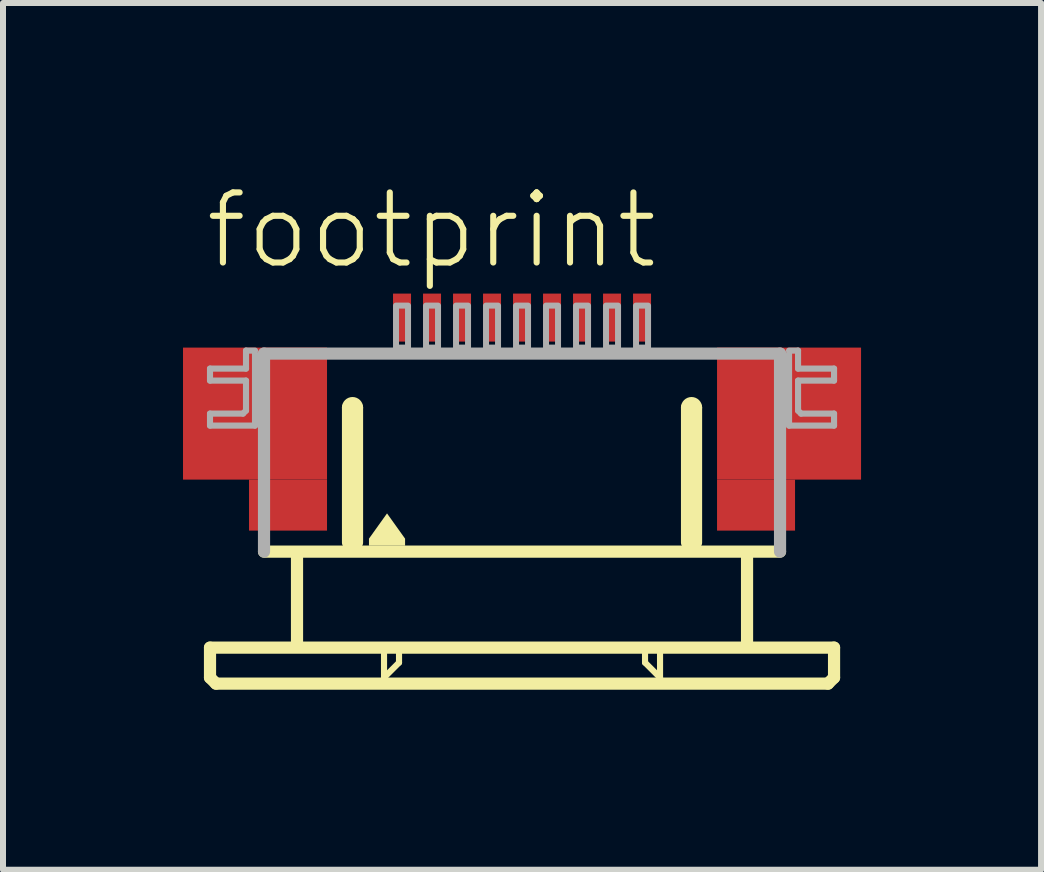
<source format=kicad_pcb>
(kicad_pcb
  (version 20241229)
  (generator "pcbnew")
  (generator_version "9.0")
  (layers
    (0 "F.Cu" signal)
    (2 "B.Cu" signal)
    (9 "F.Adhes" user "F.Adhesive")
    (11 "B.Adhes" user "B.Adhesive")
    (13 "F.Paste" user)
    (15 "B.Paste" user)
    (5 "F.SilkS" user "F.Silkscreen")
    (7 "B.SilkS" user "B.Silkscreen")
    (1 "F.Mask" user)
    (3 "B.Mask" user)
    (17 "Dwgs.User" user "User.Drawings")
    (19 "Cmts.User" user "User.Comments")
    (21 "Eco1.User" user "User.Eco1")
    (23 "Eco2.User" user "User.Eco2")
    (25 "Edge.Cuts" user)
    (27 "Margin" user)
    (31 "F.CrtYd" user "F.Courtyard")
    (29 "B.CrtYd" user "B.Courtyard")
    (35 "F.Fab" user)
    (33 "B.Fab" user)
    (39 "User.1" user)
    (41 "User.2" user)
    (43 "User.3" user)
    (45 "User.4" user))
  (footprint "footprint"
    (layer "F.Cu")
    (at 5.65 4.743)
    (property "Reference" "footprint" (at -5.33 -3.27 0) (layer "F.SilkS") (effects (font (size 1.168 1.168) (thickness 0.102)) (justify left bottom)))
    (fp_poly (pts (xy -5.65 0.2) (xy -3.25 0.2) (xy -3.25 -2) (xy -5.65 -2)) (stroke (width 0) (type solid)) (fill yes) (layer "F.Cu"))
    (fp_poly (pts (xy -4.55 1.05) (xy -3.25 1.05) (xy -3.25 0.2) (xy -4.55 0.2)) (stroke (width 0) (type solid)) (fill yes) (layer "F.Cu"))
    (fp_poly (pts (xy 3.25 0.2) (xy 5.65 0.2) (xy 5.65 -2) (xy 3.25 -2)) (stroke (width 0) (type solid)) (fill yes) (layer "F.Cu"))
    (fp_poly (pts (xy 3.25 1.05) (xy 4.55 1.05) (xy 4.55 0.2) (xy 3.25 0.2)) (stroke (width 0) (type solid)) (fill yes) (layer "F.Cu"))
    (fp_poly (pts (xy -5.65 0.2) (xy -4.5 0.2) (xy -4.5 -2) (xy -5.65 -2)) (stroke (width 0) (type solid)) (fill yes) (layer "F.Mask"))
    (fp_poly (pts (xy -4.55 1.05) (xy -3.25 1.05) (xy -3.25 -2) (xy -4.55 -2)) (stroke (width 0) (type solid)) (fill yes) (layer "F.Mask"))
    (fp_poly (pts (xy 4.55 -2) (xy 3.25 -2) (xy 3.25 1.05) (xy 4.55 1.05)) (stroke (width 0) (type solid)) (fill yes) (layer "F.Mask"))
    (fp_poly (pts (xy 5.65 -2) (xy 4.5 -2) (xy 4.5 0.2) (xy 5.65 0.2)) (stroke (width 0) (type solid)) (fill yes) (layer "F.Mask"))
    (fp_line (start -5.2 3) (end -5.2 3.5) (stroke (width 0.203) (type solid)) (layer "F.SilkS"))
    (fp_line (start -5.2 3.5) (end -5.1 3.6) (stroke (width 0.203) (type solid)) (layer "F.SilkS"))
    (fp_line (start -5.1 3.6) (end 5.1 3.6) (stroke (width 0.203) (type solid)) (layer "F.SilkS"))
    (fp_line (start -3.75 1.5) (end -3.75 2.9) (stroke (width 0.203) (type solid)) (layer "F.SilkS"))
    (fp_line (start -2.9 1.25) (end -2.9 -1) (stroke (width 0.203) (type solid)) (layer "F.SilkS"))
    (fp_line (start -2.75 -1) (end -2.75 1.25) (stroke (width 0.203) (type solid)) (layer "F.SilkS"))
    (fp_line (start -2.3 3.1) (end -2.3 3.5) (stroke (width 0.102) (type solid)) (layer "F.SilkS"))
    (fp_line (start -2.3 3.5) (end -2.05 3.25) (stroke (width 0.102) (type solid)) (layer "F.SilkS"))
    (fp_line (start -2.05 3.25) (end -2.05 3.1) (stroke (width 0.102) (type solid)) (layer "F.SilkS"))
    (fp_line (start 2.05 3.1) (end 2.05 3.25) (stroke (width 0.102) (type solid)) (layer "F.SilkS"))
    (fp_line (start 2.05 3.25) (end 2.3 3.5) (stroke (width 0.102) (type solid)) (layer "F.SilkS"))
    (fp_line (start 2.3 3.5) (end 2.3 3.1) (stroke (width 0.102) (type solid)) (layer "F.SilkS"))
    (fp_line (start 2.75 1.25) (end 2.75 -1) (stroke (width 0.203) (type solid)) (layer "F.SilkS"))
    (fp_line (start 2.9 -1) (end 2.9 1.25) (stroke (width 0.203) (type solid)) (layer "F.SilkS"))
    (fp_line (start 3.75 1.5) (end 3.75 2.9) (stroke (width 0.203) (type solid)) (layer "F.SilkS"))
    (fp_line (start 4.3 1.4) (end -4.3 1.4) (stroke (width 0.203) (type solid)) (layer "F.SilkS"))
    (fp_line (start 5.1 3.6) (end 5.2 3.5) (stroke (width 0.203) (type solid)) (layer "F.SilkS"))
    (fp_line (start 5.2 3) (end -5.2 3) (stroke (width 0.203) (type solid)) (layer "F.SilkS"))
    (fp_line (start 5.2 3.5) (end 5.2 3) (stroke (width 0.203) (type solid)) (layer "F.SilkS"))
    (fp_arc (start -2.9 -1) (mid -2.825 -1.075) (end -2.75 -1) (stroke (width 0.2032) (type solid)) (layer "F.SilkS"))
    (fp_arc (start 2.75 -1) (mid 2.825 -1.075) (end 2.9 -1) (stroke (width 0.2032) (type solid)) (layer "F.SilkS"))
    (fp_poly (pts (xy -1.949 1.184) (xy -1.949 1.301) (xy -2.551 1.301) (xy -2.551 1.184) (xy -2.25 0.763)) (stroke (width 0) (type solid)) (fill yes) (layer "F.SilkS"))
    (fp_poly (pts (xy -5.45 0.05) (xy -3.45 0.05) (xy -3.45 -1.85) (xy -5.45 -1.85)) (stroke (width 0) (type solid)) (fill yes) (layer "F.Paste"))
    (fp_poly (pts (xy 5.45 -1.85) (xy 3.45 -1.85) (xy 3.45 0.05) (xy 5.45 0.05)) (stroke (width 0) (type solid)) (fill yes) (layer "F.Paste"))
    (fp_line (start -5.2 -1.65) (end -5.2 -1.45) (stroke (width 0.102) (type solid)) (layer "F.Fab"))
    (fp_line (start -5.2 -1.45) (end -4.6 -1.45) (stroke (width 0.102) (type solid)) (layer "F.Fab"))
    (fp_line (start -5.2 -0.9) (end -5.2 -0.7) (stroke (width 0.102) (type solid)) (layer "F.Fab"))
    (fp_line (start -5.2 -0.7) (end -4.45 -0.7) (stroke (width 0.102) (type solid)) (layer "F.Fab"))
    (fp_line (start -4.65 -0.9) (end -5.2 -0.9) (stroke (width 0.102) (type solid)) (layer "F.Fab"))
    (fp_line (start -4.6 -1.95) (end -4.6 -1.65) (stroke (width 0.102) (type solid)) (layer "F.Fab"))
    (fp_line (start -4.6 -1.65) (end -5.2 -1.65) (stroke (width 0.102) (type solid)) (layer "F.Fab"))
    (fp_line (start -4.6 -1.45) (end -4.6 -0.95) (stroke (width 0.102) (type solid)) (layer "F.Fab"))
    (fp_line (start -4.6 -0.95) (end -4.65 -0.9) (stroke (width 0.102) (type solid)) (layer "F.Fab"))
    (fp_line (start -4.45 -1.95) (end -4.6 -1.95) (stroke (width 0.102) (type solid)) (layer "F.Fab"))
    (fp_line (start -4.45 -0.7) (end -4.45 -1.9) (stroke (width 0.102) (type solid)) (layer "F.Fab"))
    (fp_line (start -4.3 -1.9) (end 4.3 -1.9) (stroke (width 0.203) (type solid)) (layer "F.Fab"))
    (fp_line (start -4.3 1.4) (end -4.3 -1.9) (stroke (width 0.203) (type solid)) (layer "F.Fab"))
    (fp_line (start 4.3 -1.9) (end 4.3 1.4) (stroke (width 0.203) (type solid)) (layer "F.Fab"))
    (fp_line (start 4.45 -1.95) (end 4.6 -1.95) (stroke (width 0.102) (type solid)) (layer "F.Fab"))
    (fp_line (start 4.45 -0.7) (end 4.45 -1.9) (stroke (width 0.102) (type solid)) (layer "F.Fab"))
    (fp_line (start 4.6 -1.95) (end 4.6 -1.65) (stroke (width 0.102) (type solid)) (layer "F.Fab"))
    (fp_line (start 4.6 -1.65) (end 5.2 -1.65) (stroke (width 0.102) (type solid)) (layer "F.Fab"))
    (fp_line (start 4.6 -1.45) (end 4.6 -0.95) (stroke (width 0.102) (type solid)) (layer "F.Fab"))
    (fp_line (start 4.6 -0.95) (end 4.65 -0.9) (stroke (width 0.102) (type solid)) (layer "F.Fab"))
    (fp_line (start 4.65 -0.9) (end 5.2 -0.9) (stroke (width 0.102) (type solid)) (layer "F.Fab"))
    (fp_line (start 5.2 -1.65) (end 5.2 -1.45) (stroke (width 0.102) (type solid)) (layer "F.Fab"))
    (fp_line (start 5.2 -1.45) (end 4.6 -1.45) (stroke (width 0.102) (type solid)) (layer "F.Fab"))
    (fp_line (start 5.2 -0.9) (end 5.2 -0.7) (stroke (width 0.102) (type solid)) (layer "F.Fab"))
    (fp_line (start 5.2 -0.7) (end 4.45 -0.7) (stroke (width 0.102) (type solid)) (layer "F.Fab"))
    (fp_poly (pts (xy -2.1 -2) (xy -1.9 -2) (xy -1.9 -2.7) (xy -2.1 -2.7)) (stroke (width 0.1) (type solid)) (fill no) (layer "F.Fab"))
    (fp_poly (pts (xy -1.6 -2) (xy -1.4 -2) (xy -1.4 -2.7) (xy -1.6 -2.7)) (stroke (width 0.1) (type solid)) (fill no) (layer "F.Fab"))
    (fp_poly (pts (xy -1.1 -2) (xy -0.9 -2) (xy -0.9 -2.7) (xy -1.1 -2.7)) (stroke (width 0.1) (type solid)) (fill no) (layer "F.Fab"))
    (fp_poly (pts (xy -0.6 -2) (xy -0.4 -2) (xy -0.4 -2.7) (xy -0.6 -2.7)) (stroke (width 0.1) (type solid)) (fill no) (layer "F.Fab"))
    (fp_poly (pts (xy -0.1 -2) (xy 0.1 -2) (xy 0.1 -2.7) (xy -0.1 -2.7)) (stroke (width 0.1) (type solid)) (fill no) (layer "F.Fab"))
    (fp_poly (pts (xy 0.4 -2) (xy 0.6 -2) (xy 0.6 -2.7) (xy 0.4 -2.7)) (stroke (width 0.1) (type solid)) (fill no) (layer "F.Fab"))
    (fp_poly (pts (xy 0.9 -2) (xy 1.1 -2) (xy 1.1 -2.7) (xy 0.9 -2.7)) (stroke (width 0.1) (type solid)) (fill no) (layer "F.Fab"))
    (fp_poly (pts (xy 1.4 -2) (xy 1.6 -2) (xy 1.6 -2.7) (xy 1.4 -2.7)) (stroke (width 0.1) (type solid)) (fill no) (layer "F.Fab"))
    (fp_poly (pts (xy 1.9 -2) (xy 2.1 -2) (xy 2.1 -2.7) (xy 1.9 -2.7)) (stroke (width 0.1) (type solid)) (fill no) (layer "F.Fab"))
    (pad "1" smd rect (at -2 -2.5) (size 0.3 0.8) (layers "F.Cu" "F.Mask" "F.Paste"))
    (pad "2" smd rect (at -1.5 -2.5) (size 0.3 0.8) (layers "F.Cu" "F.Mask" "F.Paste"))
    (pad "3" smd rect (at -1 -2.5) (size 0.3 0.8) (layers "F.Cu" "F.Mask" "F.Paste"))
    (pad "4" smd rect (at -0.5 -2.5) (size 0.3 0.8) (layers "F.Cu" "F.Mask" "F.Paste"))
    (pad "5" smd rect (at 0 -2.5) (size 0.3 0.8) (layers "F.Cu" "F.Mask" "F.Paste"))
    (pad "6" smd rect (at 0.5 -2.5) (size 0.3 0.8) (layers "F.Cu" "F.Mask" "F.Paste"))
    (pad "7" smd rect (at 1 -2.5) (size 0.3 0.8) (layers "F.Cu" "F.Mask" "F.Paste"))
    (pad "8" smd rect (at 1.5 -2.5) (size 0.3 0.8) (layers "F.Cu" "F.Mask" "F.Paste"))
    (pad "9" smd rect (at 2 -2.5) (size 0.3 0.8) (layers "F.Cu" "F.Mask" "F.Paste")))
  (gr_rect
    (start -3 -3)
    (end 14.3 11.445)
    (stroke (width 0.1) (type default))
    (fill no)
    (layer "Edge.Cuts")))
</source>
